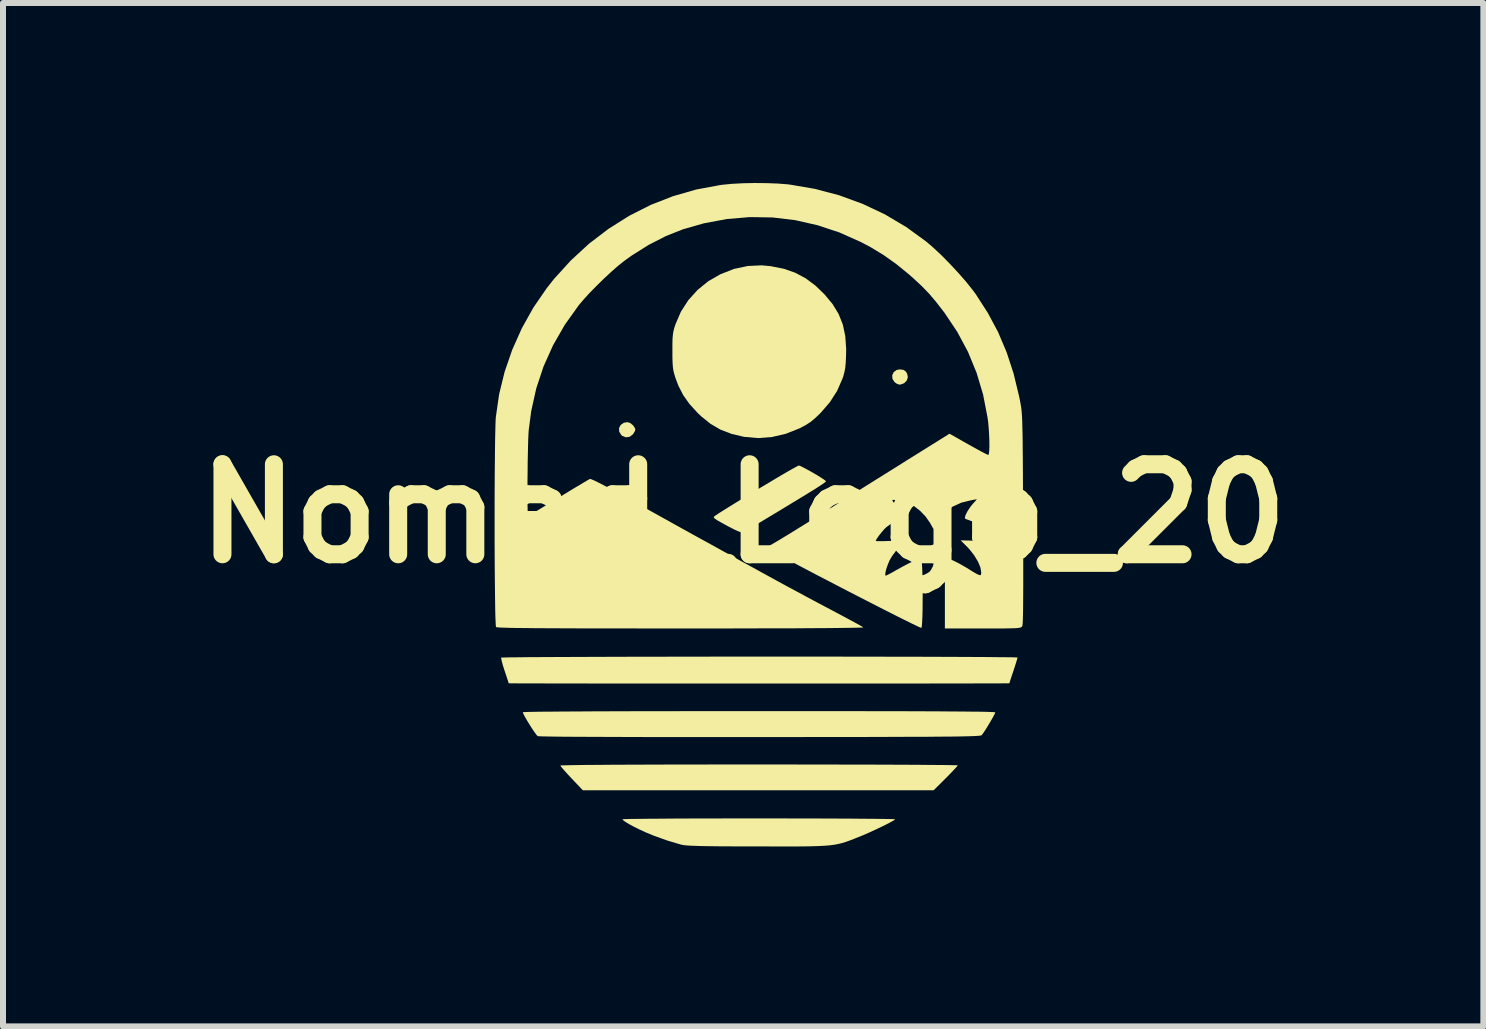
<source format=kicad_pcb>
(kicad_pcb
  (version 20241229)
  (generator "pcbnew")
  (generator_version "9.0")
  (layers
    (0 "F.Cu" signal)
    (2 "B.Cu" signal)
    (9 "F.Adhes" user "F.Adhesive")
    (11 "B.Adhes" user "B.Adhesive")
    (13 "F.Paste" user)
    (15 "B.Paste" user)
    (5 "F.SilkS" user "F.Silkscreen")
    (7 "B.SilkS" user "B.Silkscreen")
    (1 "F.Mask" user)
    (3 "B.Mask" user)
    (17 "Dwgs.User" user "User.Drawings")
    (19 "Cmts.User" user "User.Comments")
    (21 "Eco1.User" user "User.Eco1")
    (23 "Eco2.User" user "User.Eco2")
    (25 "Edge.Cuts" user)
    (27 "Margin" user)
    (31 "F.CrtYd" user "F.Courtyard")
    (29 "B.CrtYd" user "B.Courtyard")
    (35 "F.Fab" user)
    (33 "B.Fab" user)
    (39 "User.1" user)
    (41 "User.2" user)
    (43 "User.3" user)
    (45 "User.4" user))
  (footprint "Nomad_Logo_20"
    (layer "F.Cu")
    (at 9.336 5.509)
    (property "Reference" "Nomad_Logo_20" (at 0 0 0) (layer "F.SilkS") (effects (font (size 1.5 1.5) (thickness 0.3))))
    (attr board_only exclude_from_pos_files exclude_from_bom)
    (fp_poly (pts (xy 2.671 -2.395) (xy 2.711 -2.366) (xy 2.732 -2.331) (xy 2.744 -2.273) (xy 2.725 -2.216) (xy 2.681 -2.172) (xy 2.619 -2.15) (xy 2.604 -2.149) (xy 2.563 -2.162) (xy 2.524 -2.189) (xy 2.487 -2.245) (xy 2.483 -2.304) (xy 2.508 -2.357) (xy 2.556 -2.393) (xy 2.61 -2.403)) (stroke (width 0) (type solid)) (fill yes) (layer "F.SilkS"))
    (fp_poly (pts (xy -1.883 -1.509) (xy -1.836 -1.471) (xy -1.804 -1.424) (xy -1.798 -1.397) (xy -1.809 -1.366) (xy -1.836 -1.324) (xy -1.838 -1.321) (xy -1.892 -1.28) (xy -1.956 -1.271) (xy -2.017 -1.296) (xy -2.032 -1.309) (xy -2.067 -1.366) (xy -2.069 -1.425) (xy -2.042 -1.477) (xy -1.99 -1.513) (xy -1.931 -1.524)) (stroke (width 0) (type solid)) (fill yes) (layer "F.SilkS"))
    (fp_poly (pts (xy 0.62 4.181) (xy 0.966 4.182) (xy 1.299 4.182) (xy 1.618 4.183) (xy 1.92 4.183) (xy 2.203 4.184) (xy 2.465 4.185) (xy 2.704 4.186) (xy 2.919 4.187) (xy 3.107 4.189) (xy 3.266 4.19) (xy 3.395 4.191) (xy 3.49 4.193) (xy 3.551 4.194) (xy 3.575 4.196) (xy 3.576 4.196) (xy 3.562 4.215) (xy 3.526 4.255) (xy 3.472 4.312) (xy 3.405 4.381) (xy 3.375 4.411) (xy 3.174 4.611) (xy 0.251 4.611) (xy -2.673 4.611) (xy -2.86 4.414) (xy -2.928 4.341) (xy -2.985 4.278) (xy -3.026 4.23) (xy -3.047 4.202) (xy -3.048 4.199) (xy -3.029 4.197) (xy -2.972 4.195) (xy -2.879 4.193) (xy -2.752 4.191) (xy -2.591 4.189) (xy -2.399 4.188) (xy -2.177 4.186) (xy -1.927 4.185) (xy -1.65 4.184) (xy -1.347 4.183) (xy -1.02 4.182) (xy -0.671 4.182) (xy -0.301 4.181) (xy 0.088 4.181) (xy 0.264 4.181)) (stroke (width 0) (type solid)) (fill yes) (layer "F.SilkS"))
    (fp_poly (pts (xy 0.955 -0.792) (xy 1.005 -0.767) (xy 1.072 -0.731) (xy 1.147 -0.689) (xy 1.223 -0.645) (xy 1.291 -0.603) (xy 1.344 -0.568) (xy 1.376 -0.544) (xy 1.38 -0.538) (xy 1.363 -0.521) (xy 1.319 -0.489) (xy 1.252 -0.445) (xy 1.17 -0.393) (xy 1.123 -0.364) (xy 0.979 -0.276) (xy 0.83 -0.186) (xy 0.683 -0.096) (xy 0.54 -0.01) (xy 0.406 0.071) (xy 0.284 0.144) (xy 0.18 0.207) (xy 0.097 0.257) (xy 0.038 0.291) (xy 0.009 0.308) (xy 0.009 0.308) (xy -0.013 0.314) (xy -0.042 0.31) (xy -0.087 0.294) (xy -0.152 0.264) (xy -0.243 0.217) (xy -0.272 0.201) (xy -0.368 0.149) (xy -0.434 0.111) (xy -0.473 0.084) (xy -0.49 0.065) (xy -0.487 0.051) (xy -0.486 0.05) (xy -0.457 0.029) (xy -0.4 -0.009) (xy -0.32 -0.06) (xy -0.22 -0.122) (xy -0.105 -0.193) (xy 0.021 -0.27) (xy 0.153 -0.35) (xy 0.287 -0.431) (xy 0.42 -0.51) (xy 0.545 -0.585) (xy 0.66 -0.653) (xy 0.76 -0.711) (xy 0.84 -0.756) (xy 0.897 -0.787) (xy 0.925 -0.801) (xy 0.927 -0.801)) (stroke (width 0) (type solid)) (fill yes) (layer "F.SilkS"))
    (fp_poly (pts (xy 0.459 -4.123) (xy 0.676 -4.08) (xy 0.866 -4.014) (xy 1.039 -3.922) (xy 1.203 -3.8) (xy 1.356 -3.652) (xy 1.489 -3.492) (xy 1.59 -3.326) (xy 1.66 -3.15) (xy 1.701 -2.957) (xy 1.716 -2.741) (xy 1.714 -2.638) (xy 1.709 -2.522) (xy 1.701 -2.433) (xy 1.687 -2.359) (xy 1.668 -2.288) (xy 1.654 -2.248) (xy 1.564 -2.043) (xy 1.445 -1.857) (xy 1.293 -1.681) (xy 1.279 -1.667) (xy 1.193 -1.585) (xy 1.118 -1.524) (xy 1.04 -1.474) (xy 0.946 -1.424) (xy 0.935 -1.419) (xy 0.711 -1.33) (xy 0.48 -1.276) (xy 0.249 -1.258) (xy 0.022 -1.278) (xy 0.017 -1.278) (xy -0.194 -1.328) (xy -0.377 -1.398) (xy -0.544 -1.495) (xy -0.702 -1.622) (xy -0.762 -1.68) (xy -0.896 -1.827) (xy -1 -1.974) (xy -1.08 -2.13) (xy -1.128 -2.257) (xy -1.148 -2.322) (xy -1.163 -2.381) (xy -1.172 -2.441) (xy -1.177 -2.513) (xy -1.18 -2.606) (xy -1.18 -2.706) (xy -1.18 -2.824) (xy -1.178 -2.912) (xy -1.172 -2.98) (xy -1.163 -3.038) (xy -1.148 -3.096) (xy -1.128 -3.157) (xy -1.038 -3.365) (xy -0.915 -3.556) (xy -0.762 -3.726) (xy -0.583 -3.872) (xy -0.381 -3.988) (xy -0.381 -3.988) (xy -0.154 -4.077) (xy 0.076 -4.126) (xy 0.307 -4.137)) (stroke (width 0) (type solid)) (fill yes) (layer "F.SilkS"))
    (fp_poly (pts (xy 0.56 5.08) (xy 0.843 5.081) (xy 1.113 5.081) (xy 1.366 5.082) (xy 1.601 5.083) (xy 1.816 5.084) (xy 2.007 5.086) (xy 2.172 5.087) (xy 2.309 5.089) (xy 2.416 5.09) (xy 2.489 5.092) (xy 2.528 5.094) (xy 2.533 5.095) (xy 2.51 5.113) (xy 2.458 5.142) (xy 2.383 5.181) (xy 2.294 5.225) (xy 2.195 5.272) (xy 2.094 5.318) (xy 1.998 5.36) (xy 1.923 5.39) (xy 1.844 5.422) (xy 1.774 5.449) (xy 1.71 5.472) (xy 1.648 5.491) (xy 1.586 5.506) (xy 1.518 5.519) (xy 1.442 5.529) (xy 1.354 5.536) (xy 1.25 5.541) (xy 1.127 5.545) (xy 0.98 5.547) (xy 0.808 5.548) (xy 0.605 5.548) (xy 0.369 5.547) (xy 0.241 5.547) (xy -0.012 5.547) (xy -0.229 5.546) (xy -0.413 5.545) (xy -0.567 5.543) (xy -0.694 5.541) (xy -0.796 5.538) (xy -0.877 5.535) (xy -0.939 5.531) (xy -0.987 5.526) (xy -1.021 5.52) (xy -1.036 5.517) (xy -1.265 5.449) (xy -1.496 5.366) (xy -1.631 5.31) (xy -1.731 5.264) (xy -1.825 5.217) (xy -1.906 5.173) (xy -1.968 5.135) (xy -2.005 5.107) (xy -2.012 5.095) (xy -1.993 5.093) (xy -1.938 5.091) (xy -1.848 5.089) (xy -1.726 5.088) (xy -1.574 5.086) (xy -1.396 5.085) (xy -1.194 5.083) (xy -0.969 5.082) (xy -0.724 5.081) (xy -0.462 5.081) (xy -0.186 5.08) (xy 0.103 5.08) (xy 0.265 5.08)) (stroke (width 0) (type solid)) (fill yes) (layer "F.SilkS"))
    (fp_poly (pts (xy 0.764 3.292) (xy 1.225 3.292) (xy 1.65 3.292) (xy 2.038 3.293) (xy 2.391 3.293) (xy 2.709 3.294) (xy 2.994 3.295) (xy 3.246 3.296) (xy 3.466 3.298) (xy 3.656 3.299) (xy 3.815 3.301) (xy 3.946 3.302) (xy 4.049 3.304) (xy 4.124 3.307) (xy 4.174 3.309) (xy 4.198 3.312) (xy 4.201 3.313) (xy 4.191 3.339) (xy 4.165 3.388) (xy 4.128 3.453) (xy 4.086 3.524) (xy 4.044 3.593) (xy 4.006 3.65) (xy 3.978 3.688) (xy 3.974 3.693) (xy 3.967 3.696) (xy 3.953 3.7) (xy 3.93 3.703) (xy 3.896 3.705) (xy 3.85 3.708) (xy 3.79 3.71) (xy 3.715 3.712) (xy 3.622 3.714) (xy 3.511 3.716) (xy 3.38 3.717) (xy 3.227 3.718) (xy 3.05 3.72) (xy 2.849 3.72) (xy 2.62 3.721) (xy 2.364 3.722) (xy 2.077 3.723) (xy 1.759 3.723) (xy 1.408 3.724) (xy 1.022 3.724) (xy 0.6 3.725) (xy 0.276 3.725) (xy -0.163 3.725) (xy -0.579 3.725) (xy -0.973 3.725) (xy -1.342 3.725) (xy -1.685 3.724) (xy -2.001 3.723) (xy -2.288 3.722) (xy -2.546 3.721) (xy -2.774 3.72) (xy -2.969 3.719) (xy -3.132 3.717) (xy -3.26 3.715) (xy -3.352 3.713) (xy -3.408 3.711) (xy -3.425 3.709) (xy -3.446 3.687) (xy -3.481 3.639) (xy -3.524 3.575) (xy -3.57 3.502) (xy -3.613 3.431) (xy -3.648 3.369) (xy -3.669 3.325) (xy -3.673 3.311) (xy -3.654 3.309) (xy -3.596 3.306) (xy -3.501 3.304) (xy -3.368 3.302) (xy -3.2 3.301) (xy -2.996 3.299) (xy -2.757 3.298) (xy -2.484 3.296) (xy -2.178 3.295) (xy -1.84 3.294) (xy -1.469 3.293) (xy -1.068 3.293) (xy -0.636 3.292) (xy -0.174 3.292) (xy 0.264 3.292)) (stroke (width 0) (type solid)) (fill yes) (layer "F.SilkS"))
    (fp_poly (pts (xy 0.925 2.384) (xy 1.274 2.384) (xy 1.617 2.384) (xy 1.952 2.385) (xy 2.276 2.385) (xy 2.588 2.386) (xy 2.885 2.386) (xy 3.165 2.387) (xy 3.426 2.388) (xy 3.665 2.389) (xy 3.882 2.39) (xy 4.073 2.391) (xy 4.236 2.393) (xy 4.37 2.394) (xy 4.471 2.395) (xy 4.539 2.397) (xy 4.57 2.399) (xy 4.572 2.399) (xy 4.566 2.423) (xy 4.55 2.476) (xy 4.527 2.549) (xy 4.504 2.619) (xy 4.476 2.702) (xy 4.454 2.769) (xy 4.44 2.814) (xy 4.436 2.828) (xy 4.416 2.829) (xy 4.36 2.829) (xy 4.268 2.83) (xy 4.142 2.83) (xy 3.984 2.83) (xy 3.796 2.831) (xy 3.58 2.831) (xy 3.338 2.831) (xy 3.07 2.832) (xy 2.78 2.832) (xy 2.468 2.832) (xy 2.137 2.833) (xy 1.789 2.833) (xy 1.424 2.833) (xy 1.046 2.833) (xy 0.655 2.833) (xy 0.264 2.833) (xy -0.137 2.833) (xy -0.527 2.833) (xy -0.905 2.833) (xy -1.269 2.833) (xy -1.618 2.833) (xy -1.948 2.832) (xy -2.259 2.832) (xy -2.549 2.832) (xy -2.816 2.831) (xy -3.058 2.831) (xy -3.273 2.831) (xy -3.461 2.83) (xy -3.617 2.83) (xy -3.742 2.83) (xy -3.834 2.829) (xy -3.889 2.829) (xy -3.908 2.828) (xy -3.914 2.809) (xy -3.93 2.76) (xy -3.953 2.69) (xy -3.976 2.621) (xy -4.003 2.537) (xy -4.022 2.467) (xy -4.033 2.419) (xy -4.033 2.401) (xy -4.013 2.399) (xy -3.956 2.398) (xy -3.864 2.396) (xy -3.74 2.395) (xy -3.585 2.393) (xy -3.402 2.392) (xy -3.193 2.391) (xy -2.959 2.39) (xy -2.704 2.389) (xy -2.43 2.388) (xy -2.138 2.387) (xy -1.83 2.386) (xy -1.509 2.386) (xy -1.178 2.385) (xy -0.837 2.385) (xy -0.489 2.384) (xy -0.137 2.384) (xy 0.217 2.384) (xy 0.572 2.384)) (stroke (width 0) (type solid)) (fill yes) (layer "F.SilkS"))
    (fp_poly (pts (xy 0.388 -5.507) (xy 0.576 -5.5) (xy 0.742 -5.487) (xy 0.782 -5.482) (xy 1.197 -5.411) (xy 1.6 -5.304) (xy 1.989 -5.162) (xy 2.362 -4.986) (xy 2.716 -4.776) (xy 3.049 -4.534) (xy 3.059 -4.526) (xy 3.178 -4.423) (xy 3.311 -4.298) (xy 3.449 -4.157) (xy 3.586 -4.01) (xy 3.713 -3.865) (xy 3.821 -3.73) (xy 3.878 -3.653) (xy 4.078 -3.342) (xy 4.248 -3.024) (xy 4.389 -2.691) (xy 4.505 -2.338) (xy 4.597 -1.958) (xy 4.614 -1.876) (xy 4.621 -1.836) (xy 4.628 -1.798) (xy 4.634 -1.758) (xy 4.639 -1.715) (xy 4.643 -1.664) (xy 4.647 -1.604) (xy 4.65 -1.533) (xy 4.652 -1.446) (xy 4.655 -1.341) (xy 4.657 -1.217) (xy 4.658 -1.069) (xy 4.66 -0.896) (xy 4.661 -0.695) (xy 4.662 -0.462) (xy 4.664 -0.195) (xy 4.665 0.091) (xy 4.666 0.422) (xy 4.667 0.714) (xy 4.667 0.971) (xy 4.667 1.192) (xy 4.666 1.38) (xy 4.665 1.535) (xy 4.663 1.66) (xy 4.661 1.755) (xy 4.658 1.821) (xy 4.654 1.861) (xy 4.651 1.874) (xy 4.644 1.885) (xy 4.633 1.894) (xy 4.615 1.901) (xy 4.585 1.906) (xy 4.539 1.91) (xy 4.474 1.912) (xy 4.384 1.914) (xy 4.266 1.915) (xy 4.116 1.915) (xy 3.995 1.915) (xy 3.361 1.915) (xy 3.361 1.329) (xy 3.361 1.182) (xy 3.363 1.048) (xy 3.365 0.933) (xy 3.368 0.841) (xy 3.372 0.777) (xy 3.376 0.745) (xy 3.378 0.742) (xy 3.428 0.753) (xy 3.503 0.784) (xy 3.598 0.832) (xy 3.705 0.893) (xy 3.727 0.906) (xy 3.82 0.964) (xy 3.885 1.002) (xy 3.928 1.023) (xy 3.952 1.027) (xy 3.963 1.016) (xy 3.966 0.992) (xy 3.966 0.972) (xy 3.952 0.894) (xy 3.912 0.8) (xy 3.852 0.7) (xy 3.777 0.603) (xy 3.738 0.56) (xy 3.624 0.446) (xy 3.883 0.453) (xy 3.979 0.455) (xy 4.058 0.456) (xy 4.115 0.455) (xy 4.141 0.454) (xy 4.142 0.453) (xy 4.131 0.436) (xy 4.103 0.396) (xy 4.063 0.343) (xy 4.062 0.342) (xy 3.989 0.259) (xy 3.905 0.187) (xy 3.821 0.132) (xy 3.747 0.104) (xy 3.708 0.09) (xy 3.693 0.075) (xy 3.705 0.026) (xy 3.738 -0.04) (xy 3.785 -0.11) (xy 3.822 -0.157) (xy 3.897 -0.239) (xy 3.811 -0.225) (xy 3.636 -0.182) (xy 3.489 -0.115) (xy 3.367 -0.022) (xy 3.263 0.102) (xy 3.214 0.18) (xy 3.17 0.257) (xy 3.112 0.153) (xy 3.04 0.05) (xy 2.948 -0.046) (xy 2.849 -0.123) (xy 2.784 -0.158) (xy 2.726 -0.18) (xy 2.656 -0.201) (xy 2.586 -0.217) (xy 2.528 -0.227) (xy 2.491 -0.228) (xy 2.485 -0.225) (xy 2.492 -0.207) (xy 2.518 -0.17) (xy 2.537 -0.147) (xy 2.586 -0.084) (xy 2.63 -0.015) (xy 2.638 0.001) (xy 2.661 0.049) (xy 2.667 0.074) (xy 2.655 0.086) (xy 2.643 0.09) (xy 2.55 0.126) (xy 2.457 0.176) (xy 2.387 0.225) (xy 2.349 0.262) (xy 2.305 0.313) (xy 2.261 0.369) (xy 2.227 0.418) (xy 2.209 0.451) (xy 2.208 0.456) (xy 2.226 0.459) (xy 2.276 0.46) (xy 2.351 0.459) (xy 2.443 0.456) (xy 2.461 0.455) (xy 2.714 0.444) (xy 2.601 0.559) (xy 2.539 0.63) (xy 2.481 0.709) (xy 2.44 0.778) (xy 2.438 0.782) (xy 2.408 0.854) (xy 2.384 0.924) (xy 2.37 0.983) (xy 2.367 1.023) (xy 2.375 1.036) (xy 2.397 1.026) (xy 2.445 1.002) (xy 2.51 0.966) (xy 2.546 0.945) (xy 2.647 0.889) (xy 2.745 0.837) (xy 2.834 0.794) (xy 2.905 0.762) (xy 2.953 0.744) (xy 2.965 0.742) (xy 2.972 0.761) (xy 2.977 0.813) (xy 2.982 0.892) (xy 2.986 0.993) (xy 2.989 1.109) (xy 2.99 1.235) (xy 2.991 1.365) (xy 2.99 1.494) (xy 2.989 1.614) (xy 2.986 1.721) (xy 2.982 1.809) (xy 2.977 1.872) (xy 2.971 1.903) (xy 2.969 1.905) (xy 2.949 1.898) (xy 2.898 1.875) (xy 2.819 1.837) (xy 2.715 1.786) (xy 2.591 1.724) (xy 2.448 1.652) (xy 2.291 1.572) (xy 2.123 1.486) (xy 1.947 1.396) (xy 1.766 1.303) (xy 1.585 1.209) (xy 1.406 1.116) (xy 1.232 1.026) (xy 1.067 0.939) (xy 0.915 0.859) (xy 0.779 0.786) (xy 0.661 0.723) (xy 0.566 0.671) (xy 0.497 0.632) (xy 0.462 0.612) (xy 0.387 0.564) (xy 0.55 0.47) (xy 0.604 0.438) (xy 0.686 0.388) (xy 0.792 0.324) (xy 0.915 0.247) (xy 1.053 0.162) (xy 1.2 0.07) (xy 1.35 -0.024) (xy 1.358 -0.029) (xy 1.529 -0.136) (xy 1.723 -0.258) (xy 1.933 -0.39) (xy 2.15 -0.526) (xy 2.364 -0.66) (xy 2.566 -0.786) (xy 2.72 -0.883) (xy 3.438 -1.331) (xy 3.751 -1.154) (xy 3.851 -1.098) (xy 3.941 -1.049) (xy 4.013 -1.01) (xy 4.063 -0.985) (xy 4.084 -0.977) (xy 4.094 -0.995) (xy 4.1 -1.045) (xy 4.103 -1.12) (xy 4.102 -1.213) (xy 4.098 -1.317) (xy 4.091 -1.424) (xy 4.082 -1.528) (xy 4.072 -1.6) (xy 3.998 -1.983) (xy 3.889 -2.347) (xy 3.746 -2.695) (xy 3.567 -3.029) (xy 3.351 -3.352) (xy 3.332 -3.376) (xy 3.211 -3.532) (xy 3.096 -3.667) (xy 2.975 -3.792) (xy 2.838 -3.919) (xy 2.754 -3.993) (xy 2.545 -4.163) (xy 2.34 -4.308) (xy 2.127 -4.438) (xy 1.962 -4.525) (xy 1.603 -4.685) (xy 1.237 -4.806) (xy 0.866 -4.89) (xy 0.489 -4.935) (xy 0.11 -4.941) (xy -0.271 -4.909) (xy -0.652 -4.838) (xy -1.006 -4.737) (xy -1.29 -4.624) (xy -1.577 -4.477) (xy -1.862 -4.298) (xy -1.989 -4.206) (xy -2.085 -4.129) (xy -2.198 -4.03) (xy -2.321 -3.916) (xy -2.444 -3.795) (xy -2.561 -3.676) (xy -2.663 -3.564) (xy -2.743 -3.469) (xy -2.744 -3.468) (xy -2.976 -3.142) (xy -3.17 -2.803) (xy -3.328 -2.451) (xy -3.449 -2.086) (xy -3.533 -1.708) (xy -3.575 -1.387) (xy -3.579 -1.323) (xy -3.583 -1.232) (xy -3.586 -1.12) (xy -3.589 -0.992) (xy -3.592 -0.852) (xy -3.593 -0.707) (xy -3.595 -0.562) (xy -3.595 -0.421) (xy -3.595 -0.289) (xy -3.595 -0.173) (xy -3.593 -0.077) (xy -3.591 -0.007) (xy -3.588 0.032) (xy -3.586 0.039) (xy -3.567 0.029) (xy -3.52 0.002) (xy -3.447 -0.041) (xy -3.354 -0.097) (xy -3.244 -0.164) (xy -3.122 -0.238) (xy -3.08 -0.263) (xy -2.953 -0.34) (xy -2.837 -0.411) (xy -2.734 -0.472) (xy -2.651 -0.522) (xy -2.59 -0.558) (xy -2.557 -0.576) (xy -2.553 -0.578) (xy -2.528 -0.571) (xy -2.472 -0.546) (xy -2.386 -0.504) (xy -2.273 -0.445) (xy -2.134 -0.37) (xy -1.972 -0.282) (xy -1.813 -0.194) (xy -1.639 -0.096) (xy -1.486 -0.011) (xy -1.348 0.066) (xy -1.222 0.136) (xy -1.102 0.203) (xy -0.983 0.269) (xy -0.86 0.337) (xy -0.728 0.41) (xy -0.582 0.49) (xy -0.417 0.581) (xy -0.228 0.686) (xy -0.01 0.806) (xy 0.211 0.927) (xy 0.405 1.034) (xy 0.577 1.128) (xy 0.734 1.214) (xy 0.884 1.294) (xy 1.032 1.374) (xy 1.185 1.456) (xy 1.349 1.543) (xy 1.531 1.639) (xy 1.534 1.641) (xy 1.656 1.706) (xy 1.766 1.765) (xy 1.861 1.816) (xy 1.935 1.857) (xy 1.984 1.885) (xy 2.002 1.897) (xy 1.985 1.899) (xy 1.93 1.901) (xy 1.839 1.903) (xy 1.711 1.905) (xy 1.55 1.907) (xy 1.355 1.909) (xy 1.128 1.91) (xy 0.869 1.912) (xy 0.581 1.913) (xy 0.264 1.913) (xy -0.081 1.914) (xy -0.452 1.915) (xy -0.849 1.915) (xy -1.037 1.915) (xy -1.463 1.915) (xy -1.85 1.914) (xy -2.202 1.914) (xy -2.518 1.914) (xy -2.801 1.913) (xy -3.052 1.912) (xy -3.273 1.911) (xy -3.465 1.91) (xy -3.628 1.908) (xy -3.766 1.907) (xy -3.879 1.905) (xy -3.968 1.902) (xy -4.035 1.9) (xy -4.082 1.897) (xy -4.109 1.894) (xy -4.119 1.891) (xy -4.123 1.868) (xy -4.126 1.809) (xy -4.13 1.718) (xy -4.133 1.598) (xy -4.135 1.453) (xy -4.137 1.285) (xy -4.139 1.099) (xy -4.141 0.898) (xy -4.142 0.685) (xy -4.143 0.463) (xy -4.143 0.236) (xy -4.143 0.008) (xy -4.143 -0.219) (xy -4.142 -0.44) (xy -4.141 -0.653) (xy -4.139 -0.854) (xy -4.137 -1.039) (xy -4.135 -1.206) (xy -4.132 -1.35) (xy -4.129 -1.469) (xy -4.126 -1.559) (xy -4.122 -1.612) (xy -4.068 -1.988) (xy -3.976 -2.363) (xy -3.849 -2.731) (xy -3.689 -3.089) (xy -3.497 -3.433) (xy -3.274 -3.757) (xy -3.155 -3.908) (xy -2.873 -4.218) (xy -2.569 -4.498) (xy -2.244 -4.746) (xy -1.901 -4.962) (xy -1.542 -5.144) (xy -1.168 -5.29) (xy -0.781 -5.401) (xy -0.383 -5.475) (xy -0.346 -5.48) (xy -0.19 -5.495) (xy -0.007 -5.505) (xy 0.19 -5.509)) (stroke (width 0) (type solid)) (fill yes) (layer "F.SilkS")))
  (gr_rect
    (start -3 -3)
    (end 21.671 14.056)
    (stroke (width 0.1) (type default))
    (fill no)
    (layer "Edge.Cuts")))
</source>
